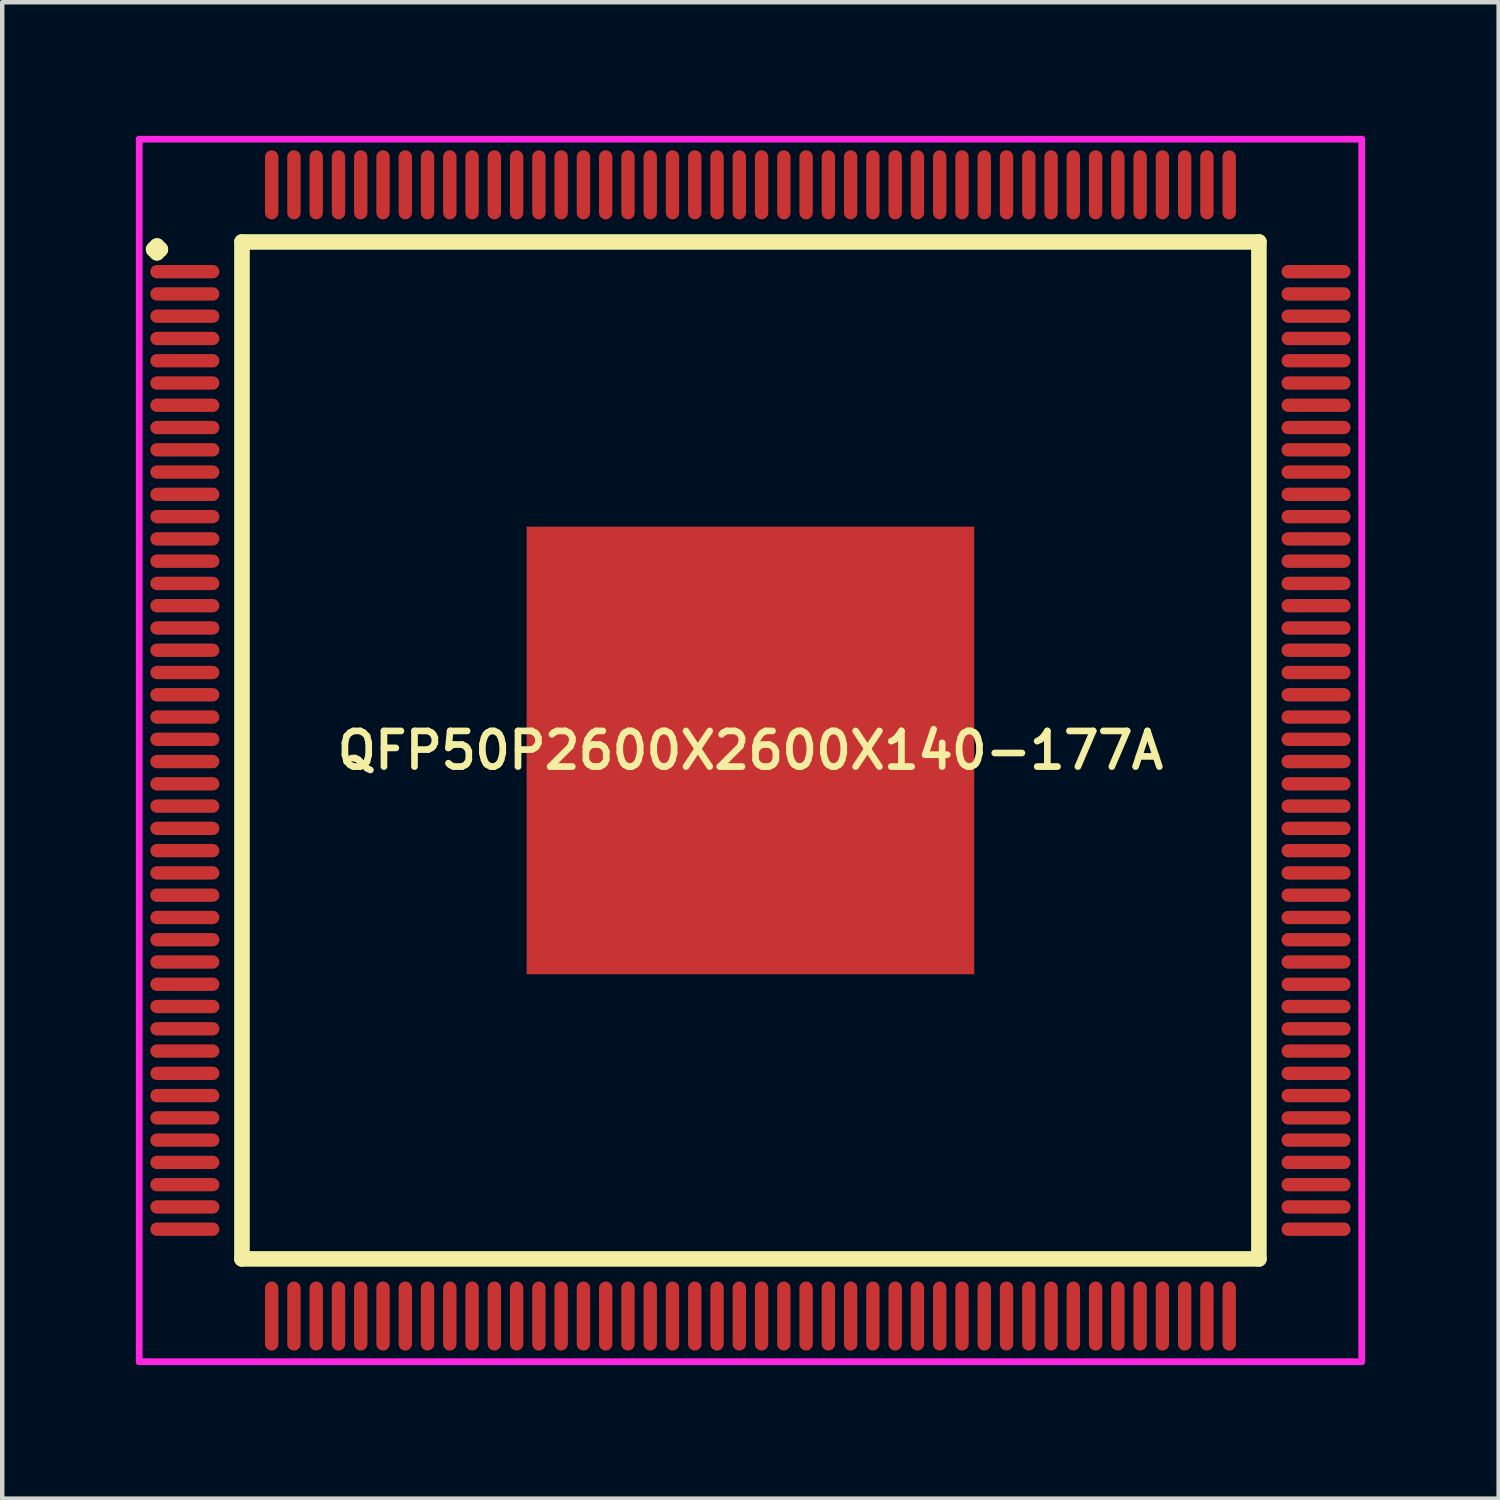
<source format=kicad_pcb>
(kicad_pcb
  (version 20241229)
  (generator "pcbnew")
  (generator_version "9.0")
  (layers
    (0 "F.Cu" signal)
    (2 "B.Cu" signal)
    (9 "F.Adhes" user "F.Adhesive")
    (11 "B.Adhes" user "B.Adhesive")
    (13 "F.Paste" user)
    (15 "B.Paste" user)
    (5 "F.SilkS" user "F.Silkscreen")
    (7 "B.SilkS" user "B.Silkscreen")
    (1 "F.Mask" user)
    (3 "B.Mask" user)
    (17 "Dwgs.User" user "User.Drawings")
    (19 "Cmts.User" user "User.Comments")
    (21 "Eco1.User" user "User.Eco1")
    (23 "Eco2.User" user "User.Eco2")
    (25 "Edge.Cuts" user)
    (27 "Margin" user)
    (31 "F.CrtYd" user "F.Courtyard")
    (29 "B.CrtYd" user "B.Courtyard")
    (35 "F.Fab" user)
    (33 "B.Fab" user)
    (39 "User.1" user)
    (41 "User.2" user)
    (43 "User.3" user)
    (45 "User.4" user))
  (footprint "QFP50P2600X2600X140-177A"
    (layer "F.Cu")
    (at 13.8 13.8)
    (property "Reference" "QFP50P2600X2600X140-177A" (at 0 0 0) (layer "F.SilkS") (effects (font (size 0.8 0.8) (thickness 0.15))))
    (attr through_hole)
    (fp_line (start -13.4 -11.25) (end -13.325 -11.325) (stroke (width 0.35) (type solid)) (layer "F.SilkS"))
    (fp_line (start -13.325 -11.325) (end -13.25 -11.25) (stroke (width 0.35) (type solid)) (layer "F.SilkS"))
    (fp_line (start -13.325 -11.175) (end -13.4 -11.25) (stroke (width 0.35) (type solid)) (layer "F.SilkS"))
    (fp_line (start -13.25 -11.25) (end -13.325 -11.175) (stroke (width 0.35) (type solid)) (layer "F.SilkS"))
    (fp_line (start -11.417 -11.417) (end -11.417 11.417) (stroke (width 0.35) (type solid)) (layer "F.SilkS"))
    (fp_line (start -11.417 11.417) (end 11.417 11.417) (stroke (width 0.35) (type solid)) (layer "F.SilkS"))
    (fp_line (start 11.417 -11.417) (end -11.417 -11.417) (stroke (width 0.35) (type solid)) (layer "F.SilkS"))
    (fp_line (start 11.417 11.417) (end 11.417 -11.417) (stroke (width 0.35) (type solid)) (layer "F.SilkS"))
    (fp_line (start -13.725 -13.725) (end 13.725 -13.725) (stroke (width 0.15) (type solid)) (layer "F.CrtYd"))
    (fp_line (start -13.725 13.725) (end -13.725 -13.725) (stroke (width 0.15) (type solid)) (layer "F.CrtYd"))
    (fp_line (start 13.725 -13.725) (end 13.725 13.725) (stroke (width 0.15) (type solid)) (layer "F.CrtYd"))
    (fp_line (start 13.725 13.725) (end -13.725 13.725) (stroke (width 0.15) (type solid)) (layer "F.CrtYd"))
    (pad "1" smd oval (at -12.7 -10.75) (size 1.55 0.3) (layers "F.Cu" "F.Mask" "F.Paste"))
    (pad "2" smd oval (at -12.7 -10.25) (size 1.55 0.3) (layers "F.Cu" "F.Mask" "F.Paste"))
    (pad "3" smd oval (at -12.7 -9.75) (size 1.55 0.3) (layers "F.Cu" "F.Mask" "F.Paste"))
    (pad "4" smd oval (at -12.7 -9.25) (size 1.55 0.3) (layers "F.Cu" "F.Mask" "F.Paste"))
    (pad "5" smd oval (at -12.7 -8.75) (size 1.55 0.3) (layers "F.Cu" "F.Mask" "F.Paste"))
    (pad "6" smd oval (at -12.7 -8.25) (size 1.55 0.3) (layers "F.Cu" "F.Mask" "F.Paste"))
    (pad "7" smd oval (at -12.7 -7.75) (size 1.55 0.3) (layers "F.Cu" "F.Mask" "F.Paste"))
    (pad "8" smd oval (at -12.7 -7.25) (size 1.55 0.3) (layers "F.Cu" "F.Mask" "F.Paste"))
    (pad "9" smd oval (at -12.7 -6.75) (size 1.55 0.3) (layers "F.Cu" "F.Mask" "F.Paste"))
    (pad "10" smd oval (at -12.7 -6.25) (size 1.55 0.3) (layers "F.Cu" "F.Mask" "F.Paste"))
    (pad "11" smd oval (at -12.7 -5.75) (size 1.55 0.3) (layers "F.Cu" "F.Mask" "F.Paste"))
    (pad "12" smd oval (at -12.7 -5.25) (size 1.55 0.3) (layers "F.Cu" "F.Mask" "F.Paste"))
    (pad "13" smd oval (at -12.7 -4.75) (size 1.55 0.3) (layers "F.Cu" "F.Mask" "F.Paste"))
    (pad "14" smd oval (at -12.7 -4.25) (size 1.55 0.3) (layers "F.Cu" "F.Mask" "F.Paste"))
    (pad "15" smd oval (at -12.7 -3.75) (size 1.55 0.3) (layers "F.Cu" "F.Mask" "F.Paste"))
    (pad "16" smd oval (at -12.7 -3.25) (size 1.55 0.3) (layers "F.Cu" "F.Mask" "F.Paste"))
    (pad "17" smd oval (at -12.7 -2.75) (size 1.55 0.3) (layers "F.Cu" "F.Mask" "F.Paste"))
    (pad "18" smd oval (at -12.7 -2.25) (size 1.55 0.3) (layers "F.Cu" "F.Mask" "F.Paste"))
    (pad "19" smd oval (at -12.7 -1.75) (size 1.55 0.3) (layers "F.Cu" "F.Mask" "F.Paste"))
    (pad "20" smd oval (at -12.7 -1.25) (size 1.55 0.3) (layers "F.Cu" "F.Mask" "F.Paste"))
    (pad "21" smd oval (at -12.7 -0.75) (size 1.55 0.3) (layers "F.Cu" "F.Mask" "F.Paste"))
    (pad "22" smd oval (at -12.7 -0.25) (size 1.55 0.3) (layers "F.Cu" "F.Mask" "F.Paste"))
    (pad "23" smd oval (at -12.7 0.25) (size 1.55 0.3) (layers "F.Cu" "F.Mask" "F.Paste"))
    (pad "24" smd oval (at -12.7 0.75) (size 1.55 0.3) (layers "F.Cu" "F.Mask" "F.Paste"))
    (pad "25" smd oval (at -12.7 1.25) (size 1.55 0.3) (layers "F.Cu" "F.Mask" "F.Paste"))
    (pad "26" smd oval (at -12.7 1.75) (size 1.55 0.3) (layers "F.Cu" "F.Mask" "F.Paste"))
    (pad "27" smd oval (at -12.7 2.25) (size 1.55 0.3) (layers "F.Cu" "F.Mask" "F.Paste"))
    (pad "28" smd oval (at -12.7 2.75) (size 1.55 0.3) (layers "F.Cu" "F.Mask" "F.Paste"))
    (pad "29" smd oval (at -12.7 3.25) (size 1.55 0.3) (layers "F.Cu" "F.Mask" "F.Paste"))
    (pad "30" smd oval (at -12.7 3.75) (size 1.55 0.3) (layers "F.Cu" "F.Mask" "F.Paste"))
    (pad "31" smd oval (at -12.7 4.25) (size 1.55 0.3) (layers "F.Cu" "F.Mask" "F.Paste"))
    (pad "32" smd oval (at -12.7 4.75) (size 1.55 0.3) (layers "F.Cu" "F.Mask" "F.Paste"))
    (pad "33" smd oval (at -12.7 5.25) (size 1.55 0.3) (layers "F.Cu" "F.Mask" "F.Paste"))
    (pad "34" smd oval (at -12.7 5.75) (size 1.55 0.3) (layers "F.Cu" "F.Mask" "F.Paste"))
    (pad "35" smd oval (at -12.7 6.25) (size 1.55 0.3) (layers "F.Cu" "F.Mask" "F.Paste"))
    (pad "36" smd oval (at -12.7 6.75) (size 1.55 0.3) (layers "F.Cu" "F.Mask" "F.Paste"))
    (pad "37" smd oval (at -12.7 7.25) (size 1.55 0.3) (layers "F.Cu" "F.Mask" "F.Paste"))
    (pad "38" smd oval (at -12.7 7.75) (size 1.55 0.3) (layers "F.Cu" "F.Mask" "F.Paste"))
    (pad "39" smd oval (at -12.7 8.25) (size 1.55 0.3) (layers "F.Cu" "F.Mask" "F.Paste"))
    (pad "40" smd oval (at -12.7 8.75) (size 1.55 0.3) (layers "F.Cu" "F.Mask" "F.Paste"))
    (pad "41" smd oval (at -12.7 9.25) (size 1.55 0.3) (layers "F.Cu" "F.Mask" "F.Paste"))
    (pad "42" smd oval (at -12.7 9.75) (size 1.55 0.3) (layers "F.Cu" "F.Mask" "F.Paste"))
    (pad "43" smd oval (at -12.7 10.25) (size 1.55 0.3) (layers "F.Cu" "F.Mask" "F.Paste"))
    (pad "44" smd oval (at -12.7 10.75) (size 1.55 0.3) (layers "F.Cu" "F.Mask" "F.Paste"))
    (pad "45" smd oval (at -10.75 12.7) (size 0.3 1.55) (layers "F.Cu" "F.Mask" "F.Paste"))
    (pad "46" smd oval (at -10.25 12.7) (size 0.3 1.55) (layers "F.Cu" "F.Mask" "F.Paste"))
    (pad "47" smd oval (at -9.75 12.7) (size 0.3 1.55) (layers "F.Cu" "F.Mask" "F.Paste"))
    (pad "48" smd oval (at -9.25 12.7) (size 0.3 1.55) (layers "F.Cu" "F.Mask" "F.Paste"))
    (pad "49" smd oval (at -8.75 12.7) (size 0.3 1.55) (layers "F.Cu" "F.Mask" "F.Paste"))
    (pad "50" smd oval (at -8.25 12.7) (size 0.3 1.55) (layers "F.Cu" "F.Mask" "F.Paste"))
    (pad "51" smd oval (at -7.75 12.7) (size 0.3 1.55) (layers "F.Cu" "F.Mask" "F.Paste"))
    (pad "52" smd oval (at -7.25 12.7) (size 0.3 1.55) (layers "F.Cu" "F.Mask" "F.Paste"))
    (pad "53" smd oval (at -6.75 12.7) (size 0.3 1.55) (layers "F.Cu" "F.Mask" "F.Paste"))
    (pad "54" smd oval (at -6.25 12.7) (size 0.3 1.55) (layers "F.Cu" "F.Mask" "F.Paste"))
    (pad "55" smd oval (at -5.75 12.7) (size 0.3 1.55) (layers "F.Cu" "F.Mask" "F.Paste"))
    (pad "56" smd oval (at -5.25 12.7) (size 0.3 1.55) (layers "F.Cu" "F.Mask" "F.Paste"))
    (pad "57" smd oval (at -4.75 12.7) (size 0.3 1.55) (layers "F.Cu" "F.Mask" "F.Paste"))
    (pad "58" smd oval (at -4.25 12.7) (size 0.3 1.55) (layers "F.Cu" "F.Mask" "F.Paste"))
    (pad "59" smd oval (at -3.75 12.7) (size 0.3 1.55) (layers "F.Cu" "F.Mask" "F.Paste"))
    (pad "60" smd oval (at -3.25 12.7) (size 0.3 1.55) (layers "F.Cu" "F.Mask" "F.Paste"))
    (pad "61" smd oval (at -2.75 12.7) (size 0.3 1.55) (layers "F.Cu" "F.Mask" "F.Paste"))
    (pad "62" smd oval (at -2.25 12.7) (size 0.3 1.55) (layers "F.Cu" "F.Mask" "F.Paste"))
    (pad "63" smd oval (at -1.75 12.7) (size 0.3 1.55) (layers "F.Cu" "F.Mask" "F.Paste"))
    (pad "64" smd oval (at -1.25 12.7) (size 0.3 1.55) (layers "F.Cu" "F.Mask" "F.Paste"))
    (pad "65" smd oval (at -0.75 12.7) (size 0.3 1.55) (layers "F.Cu" "F.Mask" "F.Paste"))
    (pad "66" smd oval (at -0.25 12.7) (size 0.3 1.55) (layers "F.Cu" "F.Mask" "F.Paste"))
    (pad "67" smd oval (at 0.25 12.7) (size 0.3 1.55) (layers "F.Cu" "F.Mask" "F.Paste"))
    (pad "68" smd oval (at 0.75 12.7) (size 0.3 1.55) (layers "F.Cu" "F.Mask" "F.Paste"))
    (pad "69" smd oval (at 1.25 12.7) (size 0.3 1.55) (layers "F.Cu" "F.Mask" "F.Paste"))
    (pad "70" smd oval (at 1.75 12.7) (size 0.3 1.55) (layers "F.Cu" "F.Mask" "F.Paste"))
    (pad "71" smd oval (at 2.25 12.7) (size 0.3 1.55) (layers "F.Cu" "F.Mask" "F.Paste"))
    (pad "72" smd oval (at 2.75 12.7) (size 0.3 1.55) (layers "F.Cu" "F.Mask" "F.Paste"))
    (pad "73" smd oval (at 3.25 12.7) (size 0.3 1.55) (layers "F.Cu" "F.Mask" "F.Paste"))
    (pad "74" smd oval (at 3.75 12.7) (size 0.3 1.55) (layers "F.Cu" "F.Mask" "F.Paste"))
    (pad "75" smd oval (at 4.25 12.7) (size 0.3 1.55) (layers "F.Cu" "F.Mask" "F.Paste"))
    (pad "76" smd oval (at 4.75 12.7) (size 0.3 1.55) (layers "F.Cu" "F.Mask" "F.Paste"))
    (pad "77" smd oval (at 5.25 12.7) (size 0.3 1.55) (layers "F.Cu" "F.Mask" "F.Paste"))
    (pad "78" smd oval (at 5.75 12.7) (size 0.3 1.55) (layers "F.Cu" "F.Mask" "F.Paste"))
    (pad "79" smd oval (at 6.25 12.7) (size 0.3 1.55) (layers "F.Cu" "F.Mask" "F.Paste"))
    (pad "80" smd oval (at 6.75 12.7) (size 0.3 1.55) (layers "F.Cu" "F.Mask" "F.Paste"))
    (pad "81" smd oval (at 7.25 12.7) (size 0.3 1.55) (layers "F.Cu" "F.Mask" "F.Paste"))
    (pad "82" smd oval (at 7.75 12.7) (size 0.3 1.55) (layers "F.Cu" "F.Mask" "F.Paste"))
    (pad "83" smd oval (at 8.25 12.7) (size 0.3 1.55) (layers "F.Cu" "F.Mask" "F.Paste"))
    (pad "84" smd oval (at 8.75 12.7) (size 0.3 1.55) (layers "F.Cu" "F.Mask" "F.Paste"))
    (pad "85" smd oval (at 9.25 12.7) (size 0.3 1.55) (layers "F.Cu" "F.Mask" "F.Paste"))
    (pad "86" smd oval (at 9.75 12.7) (size 0.3 1.55) (layers "F.Cu" "F.Mask" "F.Paste"))
    (pad "87" smd oval (at 10.25 12.7) (size 0.3 1.55) (layers "F.Cu" "F.Mask" "F.Paste"))
    (pad "88" smd oval (at 10.75 12.7) (size 0.3 1.55) (layers "F.Cu" "F.Mask" "F.Paste"))
    (pad "89" smd oval (at 12.7 10.75) (size 1.55 0.3) (layers "F.Cu" "F.Mask" "F.Paste"))
    (pad "90" smd oval (at 12.7 10.25) (size 1.55 0.3) (layers "F.Cu" "F.Mask" "F.Paste"))
    (pad "91" smd oval (at 12.7 9.75) (size 1.55 0.3) (layers "F.Cu" "F.Mask" "F.Paste"))
    (pad "92" smd oval (at 12.7 9.25) (size 1.55 0.3) (layers "F.Cu" "F.Mask" "F.Paste"))
    (pad "93" smd oval (at 12.7 8.75) (size 1.55 0.3) (layers "F.Cu" "F.Mask" "F.Paste"))
    (pad "94" smd oval (at 12.7 8.25) (size 1.55 0.3) (layers "F.Cu" "F.Mask" "F.Paste"))
    (pad "95" smd oval (at 12.7 7.75) (size 1.55 0.3) (layers "F.Cu" "F.Mask" "F.Paste"))
    (pad "96" smd oval (at 12.7 7.25) (size 1.55 0.3) (layers "F.Cu" "F.Mask" "F.Paste"))
    (pad "97" smd oval (at 12.7 6.75) (size 1.55 0.3) (layers "F.Cu" "F.Mask" "F.Paste"))
    (pad "98" smd oval (at 12.7 6.25) (size 1.55 0.3) (layers "F.Cu" "F.Mask" "F.Paste"))
    (pad "99" smd oval (at 12.7 5.75) (size 1.55 0.3) (layers "F.Cu" "F.Mask" "F.Paste"))
    (pad "100" smd oval (at 12.7 5.25) (size 1.55 0.3) (layers "F.Cu" "F.Mask" "F.Paste"))
    (pad "101" smd oval (at 12.7 4.75) (size 1.55 0.3) (layers "F.Cu" "F.Mask" "F.Paste"))
    (pad "102" smd oval (at 12.7 4.25) (size 1.55 0.3) (layers "F.Cu" "F.Mask" "F.Paste"))
    (pad "103" smd oval (at 12.7 3.75) (size 1.55 0.3) (layers "F.Cu" "F.Mask" "F.Paste"))
    (pad "104" smd oval (at 12.7 3.25) (size 1.55 0.3) (layers "F.Cu" "F.Mask" "F.Paste"))
    (pad "105" smd oval (at 12.7 2.75) (size 1.55 0.3) (layers "F.Cu" "F.Mask" "F.Paste"))
    (pad "106" smd oval (at 12.7 2.25) (size 1.55 0.3) (layers "F.Cu" "F.Mask" "F.Paste"))
    (pad "107" smd oval (at 12.7 1.75) (size 1.55 0.3) (layers "F.Cu" "F.Mask" "F.Paste"))
    (pad "108" smd oval (at 12.7 1.25) (size 1.55 0.3) (layers "F.Cu" "F.Mask" "F.Paste"))
    (pad "109" smd oval (at 12.7 0.75) (size 1.55 0.3) (layers "F.Cu" "F.Mask" "F.Paste"))
    (pad "110" smd oval (at 12.7 0.25) (size 1.55 0.3) (layers "F.Cu" "F.Mask" "F.Paste"))
    (pad "111" smd oval (at 12.7 -0.25) (size 1.55 0.3) (layers "F.Cu" "F.Mask" "F.Paste"))
    (pad "112" smd oval (at 12.7 -0.75) (size 1.55 0.3) (layers "F.Cu" "F.Mask" "F.Paste"))
    (pad "113" smd oval (at 12.7 -1.25) (size 1.55 0.3) (layers "F.Cu" "F.Mask" "F.Paste"))
    (pad "114" smd oval (at 12.7 -1.75) (size 1.55 0.3) (layers "F.Cu" "F.Mask" "F.Paste"))
    (pad "115" smd oval (at 12.7 -2.25) (size 1.55 0.3) (layers "F.Cu" "F.Mask" "F.Paste"))
    (pad "116" smd oval (at 12.7 -2.75) (size 1.55 0.3) (layers "F.Cu" "F.Mask" "F.Paste"))
    (pad "117" smd oval (at 12.7 -3.25) (size 1.55 0.3) (layers "F.Cu" "F.Mask" "F.Paste"))
    (pad "118" smd oval (at 12.7 -3.75) (size 1.55 0.3) (layers "F.Cu" "F.Mask" "F.Paste"))
    (pad "119" smd oval (at 12.7 -4.25) (size 1.55 0.3) (layers "F.Cu" "F.Mask" "F.Paste"))
    (pad "120" smd oval (at 12.7 -4.75) (size 1.55 0.3) (layers "F.Cu" "F.Mask" "F.Paste"))
    (pad "121" smd oval (at 12.7 -5.25) (size 1.55 0.3) (layers "F.Cu" "F.Mask" "F.Paste"))
    (pad "122" smd oval (at 12.7 -5.75) (size 1.55 0.3) (layers "F.Cu" "F.Mask" "F.Paste"))
    (pad "123" smd oval (at 12.7 -6.25) (size 1.55 0.3) (layers "F.Cu" "F.Mask" "F.Paste"))
    (pad "124" smd oval (at 12.7 -6.75) (size 1.55 0.3) (layers "F.Cu" "F.Mask" "F.Paste"))
    (pad "125" smd oval (at 12.7 -7.25) (size 1.55 0.3) (layers "F.Cu" "F.Mask" "F.Paste"))
    (pad "126" smd oval (at 12.7 -7.75) (size 1.55 0.3) (layers "F.Cu" "F.Mask" "F.Paste"))
    (pad "127" smd oval (at 12.7 -8.25) (size 1.55 0.3) (layers "F.Cu" "F.Mask" "F.Paste"))
    (pad "128" smd oval (at 12.7 -8.75) (size 1.55 0.3) (layers "F.Cu" "F.Mask" "F.Paste"))
    (pad "129" smd oval (at 12.7 -9.25) (size 1.55 0.3) (layers "F.Cu" "F.Mask" "F.Paste"))
    (pad "130" smd oval (at 12.7 -9.75) (size 1.55 0.3) (layers "F.Cu" "F.Mask" "F.Paste"))
    (pad "131" smd oval (at 12.7 -10.25) (size 1.55 0.3) (layers "F.Cu" "F.Mask" "F.Paste"))
    (pad "132" smd oval (at 12.7 -10.75) (size 1.55 0.3) (layers "F.Cu" "F.Mask" "F.Paste"))
    (pad "133" smd oval (at 10.75 -12.7) (size 0.3 1.55) (layers "F.Cu" "F.Mask" "F.Paste"))
    (pad "134" smd oval (at 10.25 -12.7) (size 0.3 1.55) (layers "F.Cu" "F.Mask" "F.Paste"))
    (pad "135" smd oval (at 9.75 -12.7) (size 0.3 1.55) (layers "F.Cu" "F.Mask" "F.Paste"))
    (pad "136" smd oval (at 9.25 -12.7) (size 0.3 1.55) (layers "F.Cu" "F.Mask" "F.Paste"))
    (pad "137" smd oval (at 8.75 -12.7) (size 0.3 1.55) (layers "F.Cu" "F.Mask" "F.Paste"))
    (pad "138" smd oval (at 8.25 -12.7) (size 0.3 1.55) (layers "F.Cu" "F.Mask" "F.Paste"))
    (pad "139" smd oval (at 7.75 -12.7) (size 0.3 1.55) (layers "F.Cu" "F.Mask" "F.Paste"))
    (pad "140" smd oval (at 7.25 -12.7) (size 0.3 1.55) (layers "F.Cu" "F.Mask" "F.Paste"))
    (pad "141" smd oval (at 6.75 -12.7) (size 0.3 1.55) (layers "F.Cu" "F.Mask" "F.Paste"))
    (pad "142" smd oval (at 6.25 -12.7) (size 0.3 1.55) (layers "F.Cu" "F.Mask" "F.Paste"))
    (pad "143" smd oval (at 5.75 -12.7) (size 0.3 1.55) (layers "F.Cu" "F.Mask" "F.Paste"))
    (pad "144" smd oval (at 5.25 -12.7) (size 0.3 1.55) (layers "F.Cu" "F.Mask" "F.Paste"))
    (pad "145" smd oval (at 4.75 -12.7) (size 0.3 1.55) (layers "F.Cu" "F.Mask" "F.Paste"))
    (pad "146" smd oval (at 4.25 -12.7) (size 0.3 1.55) (layers "F.Cu" "F.Mask" "F.Paste"))
    (pad "147" smd oval (at 3.75 -12.7) (size 0.3 1.55) (layers "F.Cu" "F.Mask" "F.Paste"))
    (pad "148" smd oval (at 3.25 -12.7) (size 0.3 1.55) (layers "F.Cu" "F.Mask" "F.Paste"))
    (pad "149" smd oval (at 2.75 -12.7) (size 0.3 1.55) (layers "F.Cu" "F.Mask" "F.Paste"))
    (pad "150" smd oval (at 2.25 -12.7) (size 0.3 1.55) (layers "F.Cu" "F.Mask" "F.Paste"))
    (pad "151" smd oval (at 1.75 -12.7) (size 0.3 1.55) (layers "F.Cu" "F.Mask" "F.Paste"))
    (pad "152" smd oval (at 1.25 -12.7) (size 0.3 1.55) (layers "F.Cu" "F.Mask" "F.Paste"))
    (pad "153" smd oval (at 0.75 -12.7) (size 0.3 1.55) (layers "F.Cu" "F.Mask" "F.Paste"))
    (pad "154" smd oval (at 0.25 -12.7) (size 0.3 1.55) (layers "F.Cu" "F.Mask" "F.Paste"))
    (pad "155" smd oval (at -0.25 -12.7) (size 0.3 1.55) (layers "F.Cu" "F.Mask" "F.Paste"))
    (pad "156" smd oval (at -0.75 -12.7) (size 0.3 1.55) (layers "F.Cu" "F.Mask" "F.Paste"))
    (pad "157" smd oval (at -1.25 -12.7) (size 0.3 1.55) (layers "F.Cu" "F.Mask" "F.Paste"))
    (pad "158" smd oval (at -1.75 -12.7) (size 0.3 1.55) (layers "F.Cu" "F.Mask" "F.Paste"))
    (pad "159" smd oval (at -2.25 -12.7) (size 0.3 1.55) (layers "F.Cu" "F.Mask" "F.Paste"))
    (pad "160" smd oval (at -2.75 -12.7) (size 0.3 1.55) (layers "F.Cu" "F.Mask" "F.Paste"))
    (pad "161" smd oval (at -3.25 -12.7) (size 0.3 1.55) (layers "F.Cu" "F.Mask" "F.Paste"))
    (pad "162" smd oval (at -3.75 -12.7) (size 0.3 1.55) (layers "F.Cu" "F.Mask" "F.Paste"))
    (pad "163" smd oval (at -4.25 -12.7) (size 0.3 1.55) (layers "F.Cu" "F.Mask" "F.Paste"))
    (pad "164" smd oval (at -4.75 -12.7) (size 0.3 1.55) (layers "F.Cu" "F.Mask" "F.Paste"))
    (pad "165" smd oval (at -5.25 -12.7) (size 0.3 1.55) (layers "F.Cu" "F.Mask" "F.Paste"))
    (pad "166" smd oval (at -5.75 -12.7) (size 0.3 1.55) (layers "F.Cu" "F.Mask" "F.Paste"))
    (pad "167" smd oval (at -6.25 -12.7) (size 0.3 1.55) (layers "F.Cu" "F.Mask" "F.Paste"))
    (pad "168" smd oval (at -6.75 -12.7) (size 0.3 1.55) (layers "F.Cu" "F.Mask" "F.Paste"))
    (pad "169" smd oval (at -7.25 -12.7) (size 0.3 1.55) (layers "F.Cu" "F.Mask" "F.Paste"))
    (pad "170" smd oval (at -7.75 -12.7) (size 0.3 1.55) (layers "F.Cu" "F.Mask" "F.Paste"))
    (pad "171" smd oval (at -8.25 -12.7) (size 0.3 1.55) (layers "F.Cu" "F.Mask" "F.Paste"))
    (pad "172" smd oval (at -8.75 -12.7) (size 0.3 1.55) (layers "F.Cu" "F.Mask" "F.Paste"))
    (pad "173" smd oval (at -9.25 -12.7) (size 0.3 1.55) (layers "F.Cu" "F.Mask" "F.Paste"))
    (pad "174" smd oval (at -9.75 -12.7) (size 0.3 1.55) (layers "F.Cu" "F.Mask" "F.Paste"))
    (pad "175" smd oval (at -10.25 -12.7) (size 0.3 1.55) (layers "F.Cu" "F.Mask" "F.Paste"))
    (pad "176" smd oval (at -10.75 -12.7) (size 0.3 1.55) (layers "F.Cu" "F.Mask" "F.Paste"))
    (pad "177" smd rect (at 0 0) (size 10.05 10.05) (layers "F.Cu" "F.Mask" "F.Paste")))
  (gr_rect
    (start -3 -3)
    (end 30.6 30.6)
    (stroke (width 0.1) (type default))
    (fill no)
    (layer "Edge.Cuts")))
</source>
